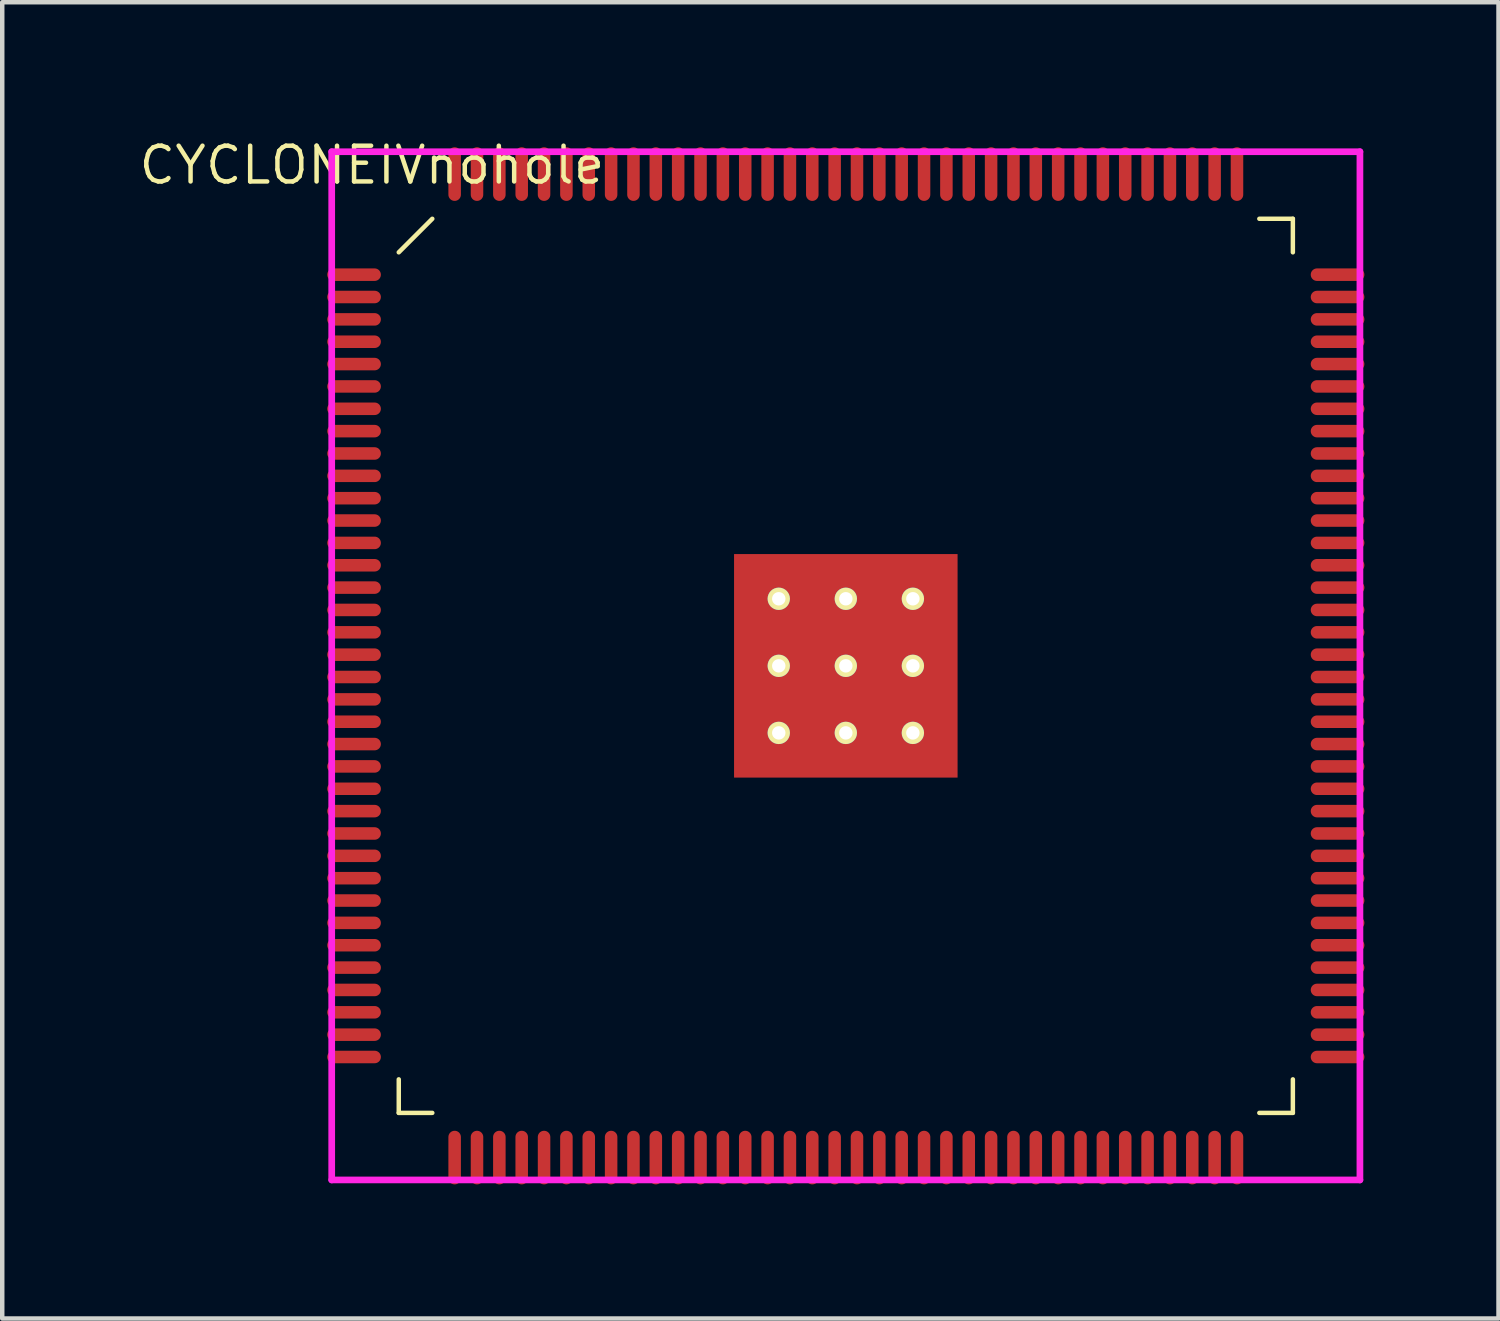
<source format=kicad_pcb>
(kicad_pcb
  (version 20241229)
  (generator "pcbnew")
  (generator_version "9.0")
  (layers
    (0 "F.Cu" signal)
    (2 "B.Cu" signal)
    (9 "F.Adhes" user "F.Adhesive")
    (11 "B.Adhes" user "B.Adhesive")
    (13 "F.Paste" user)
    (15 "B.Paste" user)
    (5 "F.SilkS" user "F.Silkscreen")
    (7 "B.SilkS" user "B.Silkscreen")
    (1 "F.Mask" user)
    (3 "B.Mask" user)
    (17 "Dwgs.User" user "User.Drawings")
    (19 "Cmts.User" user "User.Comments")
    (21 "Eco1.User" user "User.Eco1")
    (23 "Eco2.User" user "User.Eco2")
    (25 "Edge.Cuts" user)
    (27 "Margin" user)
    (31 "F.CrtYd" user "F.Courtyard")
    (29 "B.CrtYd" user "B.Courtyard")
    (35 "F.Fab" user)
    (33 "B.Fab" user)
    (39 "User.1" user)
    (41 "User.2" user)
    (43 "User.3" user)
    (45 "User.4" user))
  (footprint "CYCLONEIVnohole"
    (layer "F.Cu")
    (at 15.87 11.844)
    (property "Reference" "CYCLONEIVnohole" (at -10.6 -11.2 0) (layer "F.SilkS") (effects (font (size 0.8 0.8) (thickness 0.1))))
    (attr through_hole)
    (fp_line (start -10 -9.25) (end -9.25 -10) (stroke (width 0.1) (type solid)) (layer "F.SilkS"))
    (fp_line (start -10 10) (end -10 9.25) (stroke (width 0.1) (type solid)) (layer "F.SilkS"))
    (fp_line (start -9.25 10) (end -10 10) (stroke (width 0.1) (type solid)) (layer "F.SilkS"))
    (fp_line (start 9.25 -10) (end 10 -10) (stroke (width 0.1) (type solid)) (layer "F.SilkS"))
    (fp_line (start 9.25 10) (end 10 10) (stroke (width 0.1) (type solid)) (layer "F.SilkS"))
    (fp_line (start 10 -10) (end 10 -9.25) (stroke (width 0.1) (type solid)) (layer "F.SilkS"))
    (fp_line (start 10 10) (end 10 9.25) (stroke (width 0.1) (type solid)) (layer "F.SilkS"))
    (fp_line (start -11.5 -11.5) (end 11.5 -11.5) (stroke (width 0.15) (type solid)) (layer "F.CrtYd"))
    (fp_line (start -11.5 11.5) (end -11.5 -11.5) (stroke (width 0.15) (type solid)) (layer "F.CrtYd"))
    (fp_line (start 11.5 -11.5) (end 11.5 11.5) (stroke (width 0.15) (type solid)) (layer "F.CrtYd"))
    (fp_line (start 11.5 11.5) (end -11.5 11.5) (stroke (width 0.15) (type solid)) (layer "F.CrtYd"))
    (pad "1" smd oval (at -11 -8.75 90) (size 0.28 1.2) (layers "F.Cu" "F.Mask" "F.Paste"))
    (pad "2" smd oval (at -11 -8.25 90) (size 0.28 1.2) (layers "F.Cu" "F.Mask" "F.Paste"))
    (pad "3" smd oval (at -11 -7.75 90) (size 0.28 1.2) (layers "F.Cu" "F.Mask" "F.Paste"))
    (pad "4" smd oval (at -11 -7.25 90) (size 0.28 1.2) (layers "F.Cu" "F.Mask" "F.Paste"))
    (pad "5" smd oval (at -11 -6.75 90) (size 0.28 1.2) (layers "F.Cu" "F.Mask" "F.Paste"))
    (pad "6" smd oval (at -11 -6.25 90) (size 0.28 1.2) (layers "F.Cu" "F.Mask" "F.Paste"))
    (pad "7" smd oval (at -11 -5.75 90) (size 0.28 1.2) (layers "F.Cu" "F.Mask" "F.Paste"))
    (pad "8" smd oval (at -11 -5.25 90) (size 0.28 1.2) (layers "F.Cu" "F.Mask" "F.Paste"))
    (pad "9" smd oval (at -11 -4.75 90) (size 0.28 1.2) (layers "F.Cu" "F.Mask" "F.Paste"))
    (pad "10" smd oval (at -11 -4.25 90) (size 0.28 1.2) (layers "F.Cu" "F.Mask" "F.Paste"))
    (pad "11" smd oval (at -11 -3.75 90) (size 0.28 1.2) (layers "F.Cu" "F.Mask" "F.Paste"))
    (pad "12" smd oval (at -11 -3.25 90) (size 0.28 1.2) (layers "F.Cu" "F.Mask" "F.Paste"))
    (pad "13" smd oval (at -11 -2.75 90) (size 0.28 1.2) (layers "F.Cu" "F.Mask" "F.Paste"))
    (pad "14" smd oval (at -11 -2.25 90) (size 0.28 1.2) (layers "F.Cu" "F.Mask" "F.Paste"))
    (pad "15" smd oval (at -11 -1.75 90) (size 0.28 1.2) (layers "F.Cu" "F.Mask" "F.Paste"))
    (pad "16" smd oval (at -11 -1.25 90) (size 0.28 1.2) (layers "F.Cu" "F.Mask" "F.Paste"))
    (pad "17" smd oval (at -11 -0.75 90) (size 0.28 1.2) (layers "F.Cu" "F.Mask" "F.Paste"))
    (pad "18" smd oval (at -11 -0.25 90) (size 0.28 1.2) (layers "F.Cu" "F.Mask" "F.Paste"))
    (pad "19" smd oval (at -11 0.25 90) (size 0.28 1.2) (layers "F.Cu" "F.Mask" "F.Paste"))
    (pad "20" smd oval (at -11 0.75 90) (size 0.28 1.2) (layers "F.Cu" "F.Mask" "F.Paste"))
    (pad "21" smd oval (at -11 1.25 90) (size 0.28 1.2) (layers "F.Cu" "F.Mask" "F.Paste"))
    (pad "22" smd oval (at -11 1.75 90) (size 0.28 1.2) (layers "F.Cu" "F.Mask" "F.Paste"))
    (pad "23" smd oval (at -11 2.25 90) (size 0.28 1.2) (layers "F.Cu" "F.Mask" "F.Paste"))
    (pad "24" smd oval (at -11 2.75 90) (size 0.28 1.2) (layers "F.Cu" "F.Mask" "F.Paste"))
    (pad "25" smd oval (at -11 3.25 90) (size 0.28 1.2) (layers "F.Cu" "F.Mask" "F.Paste"))
    (pad "26" smd oval (at -11 3.75 90) (size 0.28 1.2) (layers "F.Cu" "F.Mask" "F.Paste"))
    (pad "27" smd oval (at -11 4.25 90) (size 0.28 1.2) (layers "F.Cu" "F.Mask" "F.Paste"))
    (pad "28" smd oval (at -11 4.75 90) (size 0.28 1.2) (layers "F.Cu" "F.Mask" "F.Paste"))
    (pad "29" smd oval (at -11 5.25 90) (size 0.28 1.2) (layers "F.Cu" "F.Mask" "F.Paste"))
    (pad "30" smd oval (at -11 5.75 90) (size 0.28 1.2) (layers "F.Cu" "F.Mask" "F.Paste"))
    (pad "31" smd oval (at -11 6.25 90) (size 0.28 1.2) (layers "F.Cu" "F.Mask" "F.Paste"))
    (pad "32" smd oval (at -11 6.75 90) (size 0.28 1.2) (layers "F.Cu" "F.Mask" "F.Paste"))
    (pad "33" smd oval (at -11 7.25 90) (size 0.28 1.2) (layers "F.Cu" "F.Mask" "F.Paste"))
    (pad "34" smd oval (at -11 7.75 90) (size 0.28 1.2) (layers "F.Cu" "F.Mask" "F.Paste"))
    (pad "35" smd oval (at -11 8.25 90) (size 0.28 1.2) (layers "F.Cu" "F.Mask" "F.Paste"))
    (pad "36" smd oval (at -11 8.75 90) (size 0.28 1.2) (layers "F.Cu" "F.Mask" "F.Paste"))
    (pad "37" smd oval (at -8.75 11) (size 0.28 1.2) (layers "F.Cu" "F.Mask" "F.Paste"))
    (pad "38" smd oval (at -8.25 11) (size 0.28 1.2) (layers "F.Cu" "F.Mask" "F.Paste"))
    (pad "39" smd oval (at -7.75 11) (size 0.28 1.2) (layers "F.Cu" "F.Mask" "F.Paste"))
    (pad "40" smd oval (at -7.25 11) (size 0.28 1.2) (layers "F.Cu" "F.Mask" "F.Paste"))
    (pad "41" smd oval (at -6.75 11) (size 0.28 1.2) (layers "F.Cu" "F.Mask" "F.Paste"))
    (pad "42" smd oval (at -6.25 11) (size 0.28 1.2) (layers "F.Cu" "F.Mask" "F.Paste"))
    (pad "43" smd oval (at -5.75 11) (size 0.28 1.2) (layers "F.Cu" "F.Mask" "F.Paste"))
    (pad "44" smd oval (at -5.25 11) (size 0.28 1.2) (layers "F.Cu" "F.Mask" "F.Paste"))
    (pad "45" smd oval (at -4.75 11) (size 0.28 1.2) (layers "F.Cu" "F.Mask" "F.Paste"))
    (pad "46" smd oval (at -4.25 11) (size 0.28 1.2) (layers "F.Cu" "F.Mask" "F.Paste"))
    (pad "47" smd oval (at -3.75 11) (size 0.28 1.2) (layers "F.Cu" "F.Mask" "F.Paste"))
    (pad "48" smd oval (at -3.25 11) (size 0.28 1.2) (layers "F.Cu" "F.Mask" "F.Paste"))
    (pad "49" smd oval (at -2.75 11) (size 0.28 1.2) (layers "F.Cu" "F.Mask" "F.Paste"))
    (pad "50" smd oval (at -2.25 11) (size 0.28 1.2) (layers "F.Cu" "F.Mask" "F.Paste"))
    (pad "51" smd oval (at -1.75 11) (size 0.28 1.2) (layers "F.Cu" "F.Mask" "F.Paste"))
    (pad "52" smd oval (at -1.25 11) (size 0.28 1.2) (layers "F.Cu" "F.Mask" "F.Paste"))
    (pad "53" smd oval (at -0.75 11) (size 0.28 1.2) (layers "F.Cu" "F.Mask" "F.Paste"))
    (pad "54" smd oval (at -0.25 11) (size 0.28 1.2) (layers "F.Cu" "F.Mask" "F.Paste"))
    (pad "55" smd oval (at 0.25 11) (size 0.28 1.2) (layers "F.Cu" "F.Mask" "F.Paste"))
    (pad "56" smd oval (at 0.75 11) (size 0.28 1.2) (layers "F.Cu" "F.Mask" "F.Paste"))
    (pad "57" smd oval (at 1.25 11) (size 0.28 1.2) (layers "F.Cu" "F.Mask" "F.Paste"))
    (pad "58" smd oval (at 1.75 11) (size 0.28 1.2) (layers "F.Cu" "F.Mask" "F.Paste"))
    (pad "59" smd oval (at 2.25 11) (size 0.28 1.2) (layers "F.Cu" "F.Mask" "F.Paste"))
    (pad "60" smd oval (at 2.75 11) (size 0.28 1.2) (layers "F.Cu" "F.Mask" "F.Paste"))
    (pad "61" smd oval (at 3.25 11) (size 0.28 1.2) (layers "F.Cu" "F.Mask" "F.Paste"))
    (pad "62" smd oval (at 3.75 11) (size 0.28 1.2) (layers "F.Cu" "F.Mask" "F.Paste"))
    (pad "63" smd oval (at 4.25 11) (size 0.28 1.2) (layers "F.Cu" "F.Mask" "F.Paste"))
    (pad "64" smd oval (at 4.75 11) (size 0.28 1.2) (layers "F.Cu" "F.Mask" "F.Paste"))
    (pad "65" smd oval (at 5.25 11) (size 0.28 1.2) (layers "F.Cu" "F.Mask" "F.Paste"))
    (pad "66" smd oval (at 5.75 11) (size 0.28 1.2) (layers "F.Cu" "F.Mask" "F.Paste"))
    (pad "67" smd oval (at 6.25 11) (size 0.28 1.2) (layers "F.Cu" "F.Mask" "F.Paste"))
    (pad "68" smd oval (at 6.75 11) (size 0.28 1.2) (layers "F.Cu" "F.Mask" "F.Paste"))
    (pad "69" smd oval (at 7.25 11) (size 0.28 1.2) (layers "F.Cu" "F.Mask" "F.Paste"))
    (pad "70" smd oval (at 7.75 11) (size 0.28 1.2) (layers "F.Cu" "F.Mask" "F.Paste"))
    (pad "71" smd oval (at 8.25 11) (size 0.28 1.2) (layers "F.Cu" "F.Mask" "F.Paste"))
    (pad "72" smd oval (at 8.75 11) (size 0.28 1.2) (layers "F.Cu" "F.Mask" "F.Paste"))
    (pad "73" smd oval (at 11 8.75 90) (size 0.28 1.2) (layers "F.Cu" "F.Mask" "F.Paste"))
    (pad "74" smd oval (at 11 8.25 90) (size 0.28 1.2) (layers "F.Cu" "F.Mask" "F.Paste"))
    (pad "75" smd oval (at 11 7.75 90) (size 0.28 1.2) (layers "F.Cu" "F.Mask" "F.Paste"))
    (pad "76" smd oval (at 11 7.25 90) (size 0.28 1.2) (layers "F.Cu" "F.Mask" "F.Paste"))
    (pad "77" smd oval (at 11 6.75 90) (size 0.28 1.2) (layers "F.Cu" "F.Mask" "F.Paste"))
    (pad "78" smd oval (at 11 6.25 90) (size 0.28 1.2) (layers "F.Cu" "F.Mask" "F.Paste"))
    (pad "79" smd oval (at 11 5.75 90) (size 0.28 1.2) (layers "F.Cu" "F.Mask" "F.Paste"))
    (pad "80" smd oval (at 11 5.25 90) (size 0.28 1.2) (layers "F.Cu" "F.Mask" "F.Paste"))
    (pad "81" smd oval (at 11 4.75 90) (size 0.28 1.2) (layers "F.Cu" "F.Mask" "F.Paste"))
    (pad "82" smd oval (at 11 4.25 90) (size 0.28 1.2) (layers "F.Cu" "F.Mask" "F.Paste"))
    (pad "83" smd oval (at 11 3.75 90) (size 0.28 1.2) (layers "F.Cu" "F.Mask" "F.Paste"))
    (pad "84" smd oval (at 11 3.25 90) (size 0.28 1.2) (layers "F.Cu" "F.Mask" "F.Paste"))
    (pad "85" smd oval (at 11 2.75 90) (size 0.28 1.2) (layers "F.Cu" "F.Mask" "F.Paste"))
    (pad "86" smd oval (at 11 2.25 90) (size 0.28 1.2) (layers "F.Cu" "F.Mask" "F.Paste"))
    (pad "87" smd oval (at 11 1.75 90) (size 0.28 1.2) (layers "F.Cu" "F.Mask" "F.Paste"))
    (pad "88" smd oval (at 11 1.25 90) (size 0.28 1.2) (layers "F.Cu" "F.Mask" "F.Paste"))
    (pad "89" smd oval (at 11 0.75 90) (size 0.28 1.2) (layers "F.Cu" "F.Mask" "F.Paste"))
    (pad "90" smd oval (at 11 0.25 90) (size 0.28 1.2) (layers "F.Cu" "F.Mask" "F.Paste"))
    (pad "91" smd oval (at 11 -0.25 90) (size 0.28 1.2) (layers "F.Cu" "F.Mask" "F.Paste"))
    (pad "92" smd oval (at 11 -0.75 90) (size 0.28 1.2) (layers "F.Cu" "F.Mask" "F.Paste"))
    (pad "93" smd oval (at 11 -1.25 90) (size 0.28 1.2) (layers "F.Cu" "F.Mask" "F.Paste"))
    (pad "94" smd oval (at 11 -1.75 90) (size 0.28 1.2) (layers "F.Cu" "F.Mask" "F.Paste"))
    (pad "95" smd oval (at 11 -2.25 90) (size 0.28 1.2) (layers "F.Cu" "F.Mask" "F.Paste"))
    (pad "96" smd oval (at 11 -2.75 90) (size 0.28 1.2) (layers "F.Cu" "F.Mask" "F.Paste"))
    (pad "97" smd oval (at 11 -3.25 90) (size 0.28 1.2) (layers "F.Cu" "F.Mask" "F.Paste"))
    (pad "98" smd oval (at 11 -3.75 90) (size 0.28 1.2) (layers "F.Cu" "F.Mask" "F.Paste"))
    (pad "99" smd oval (at 11 -4.25 90) (size 0.28 1.2) (layers "F.Cu" "F.Mask" "F.Paste"))
    (pad "100" smd oval (at 11 -4.75 90) (size 0.28 1.2) (layers "F.Cu" "F.Mask" "F.Paste"))
    (pad "101" smd oval (at 11 -5.25 90) (size 0.28 1.2) (layers "F.Cu" "F.Mask" "F.Paste"))
    (pad "102" smd oval (at 11 -5.75 90) (size 0.28 1.2) (layers "F.Cu" "F.Mask" "F.Paste"))
    (pad "103" smd oval (at 11 -6.25 90) (size 0.28 1.2) (layers "F.Cu" "F.Mask" "F.Paste"))
    (pad "104" smd oval (at 11 -6.75 90) (size 0.28 1.2) (layers "F.Cu" "F.Mask" "F.Paste"))
    (pad "105" smd oval (at 11 -7.25 90) (size 0.28 1.2) (layers "F.Cu" "F.Mask" "F.Paste"))
    (pad "106" smd oval (at 11 -7.75 90) (size 0.28 1.2) (layers "F.Cu" "F.Mask" "F.Paste"))
    (pad "107" smd oval (at 11 -8.25 90) (size 0.28 1.2) (layers "F.Cu" "F.Mask" "F.Paste"))
    (pad "108" smd oval (at 11 -8.75 90) (size 0.28 1.2) (layers "F.Cu" "F.Mask" "F.Paste"))
    (pad "109" smd oval (at 8.75 -11) (size 0.28 1.2) (layers "F.Cu" "F.Mask" "F.Paste"))
    (pad "110" smd oval (at 8.25 -11) (size 0.28 1.2) (layers "F.Cu" "F.Mask" "F.Paste"))
    (pad "111" smd oval (at 7.75 -11) (size 0.28 1.2) (layers "F.Cu" "F.Mask" "F.Paste"))
    (pad "112" smd oval (at 7.25 -11) (size 0.28 1.2) (layers "F.Cu" "F.Mask" "F.Paste"))
    (pad "113" smd oval (at 6.75 -11) (size 0.28 1.2) (layers "F.Cu" "F.Mask" "F.Paste"))
    (pad "114" smd oval (at 6.25 -11) (size 0.28 1.2) (layers "F.Cu" "F.Mask" "F.Paste"))
    (pad "115" smd oval (at 5.75 -11) (size 0.28 1.2) (layers "F.Cu" "F.Mask" "F.Paste"))
    (pad "116" smd oval (at 5.25 -11) (size 0.28 1.2) (layers "F.Cu" "F.Mask" "F.Paste"))
    (pad "117" smd oval (at 4.75 -11) (size 0.28 1.2) (layers "F.Cu" "F.Mask" "F.Paste"))
    (pad "118" smd oval (at 4.25 -11) (size 0.28 1.2) (layers "F.Cu" "F.Mask" "F.Paste"))
    (pad "119" smd oval (at 3.75 -11) (size 0.28 1.2) (layers "F.Cu" "F.Mask" "F.Paste"))
    (pad "120" smd oval (at 3.25 -11) (size 0.28 1.2) (layers "F.Cu" "F.Mask" "F.Paste"))
    (pad "121" smd oval (at 2.75 -11) (size 0.28 1.2) (layers "F.Cu" "F.Mask" "F.Paste"))
    (pad "122" smd oval (at 2.25 -11) (size 0.28 1.2) (layers "F.Cu" "F.Mask" "F.Paste"))
    (pad "123" smd oval (at 1.75 -11) (size 0.28 1.2) (layers "F.Cu" "F.Mask" "F.Paste"))
    (pad "124" smd oval (at 1.25 -11) (size 0.28 1.2) (layers "F.Cu" "F.Mask" "F.Paste"))
    (pad "125" smd oval (at 0.75 -11) (size 0.28 1.2) (layers "F.Cu" "F.Mask" "F.Paste"))
    (pad "126" smd oval (at 0.25 -11) (size 0.28 1.2) (layers "F.Cu" "F.Mask" "F.Paste"))
    (pad "127" smd oval (at -0.25 -11) (size 0.28 1.2) (layers "F.Cu" "F.Mask" "F.Paste"))
    (pad "128" smd oval (at -0.75 -11) (size 0.28 1.2) (layers "F.Cu" "F.Mask" "F.Paste"))
    (pad "129" smd oval (at -1.25 -11) (size 0.28 1.2) (layers "F.Cu" "F.Mask" "F.Paste"))
    (pad "130" smd oval (at -1.75 -11) (size 0.28 1.2) (layers "F.Cu" "F.Mask" "F.Paste"))
    (pad "131" smd oval (at -2.25 -11) (size 0.28 1.2) (layers "F.Cu" "F.Mask" "F.Paste"))
    (pad "132" smd oval (at -2.75 -11) (size 0.28 1.2) (layers "F.Cu" "F.Mask" "F.Paste"))
    (pad "133" smd oval (at -3.25 -11) (size 0.28 1.2) (layers "F.Cu" "F.Mask" "F.Paste"))
    (pad "134" smd oval (at -3.75 -11) (size 0.28 1.2) (layers "F.Cu" "F.Mask" "F.Paste"))
    (pad "135" smd oval (at -4.25 -11) (size 0.28 1.2) (layers "F.Cu" "F.Mask" "F.Paste"))
    (pad "136" smd oval (at -4.75 -11) (size 0.28 1.2) (layers "F.Cu" "F.Mask" "F.Paste"))
    (pad "137" smd oval (at -5.25 -11) (size 0.28 1.2) (layers "F.Cu" "F.Mask" "F.Paste"))
    (pad "138" smd oval (at -5.75 -11) (size 0.28 1.2) (layers "F.Cu" "F.Mask" "F.Paste"))
    (pad "139" smd oval (at -6.25 -11) (size 0.28 1.2) (layers "F.Cu" "F.Mask" "F.Paste"))
    (pad "140" smd oval (at -6.75 -11) (size 0.28 1.2) (layers "F.Cu" "F.Mask" "F.Paste"))
    (pad "141" smd oval (at -7.25 -11) (size 0.28 1.2) (layers "F.Cu" "F.Mask" "F.Paste"))
    (pad "142" smd oval (at -7.75 -11) (size 0.28 1.2) (layers "F.Cu" "F.Mask" "F.Paste"))
    (pad "143" smd oval (at -8.25 -11) (size 0.28 1.2) (layers "F.Cu" "F.Mask" "F.Paste"))
    (pad "144" smd oval (at -8.75 -11) (size 0.28 1.2) (layers "F.Cu" "F.Mask" "F.Paste"))
    (pad "145" thru_hole circle (at -1.5 -1.5) (size 0.5 0.5) (drill 0.3) (layers "*.Cu" "*.Mask" "F.SilkS"))
    (pad "145" thru_hole circle (at -1.5 0) (size 0.5 0.5) (drill 0.3) (layers "*.Cu" "*.Mask" "F.SilkS"))
    (pad "145" thru_hole circle (at -1.5 1.5) (size 0.5 0.5) (drill 0.3) (layers "*.Cu" "*.Mask" "F.SilkS"))
    (pad "145" thru_hole circle (at 0 -1.5) (size 0.5 0.5) (drill 0.3) (layers "*.Cu" "*.Mask" "F.SilkS"))
    (pad "145" thru_hole circle (at 0 0) (size 0.5 0.5) (drill 0.3) (layers "*.Cu" "*.Mask" "F.SilkS"))
    (pad "145" smd rect (at 0 0) (size 5 5) (layers "F.Cu" "F.Mask"))
    (pad "145" thru_hole circle (at 0 1.5) (size 0.5 0.5) (drill 0.3) (layers "*.Cu" "*.Mask" "F.SilkS"))
    (pad "145" thru_hole circle (at 1.5 -1.5) (size 0.5 0.5) (drill 0.3) (layers "*.Cu" "*.Mask" "F.SilkS"))
    (pad "145" thru_hole circle (at 1.5 0) (size 0.5 0.5) (drill 0.3) (layers "*.Cu" "*.Mask" "F.SilkS"))
    (pad "145" thru_hole circle (at 1.5 1.5) (size 0.5 0.5) (drill 0.3) (layers "*.Cu" "*.Mask" "F.SilkS")))
  (gr_rect
    (start -3 -3)
    (end 30.47 26.444)
    (stroke (width 0.1) (type default))
    (fill no)
    (layer "Edge.Cuts")))
</source>
